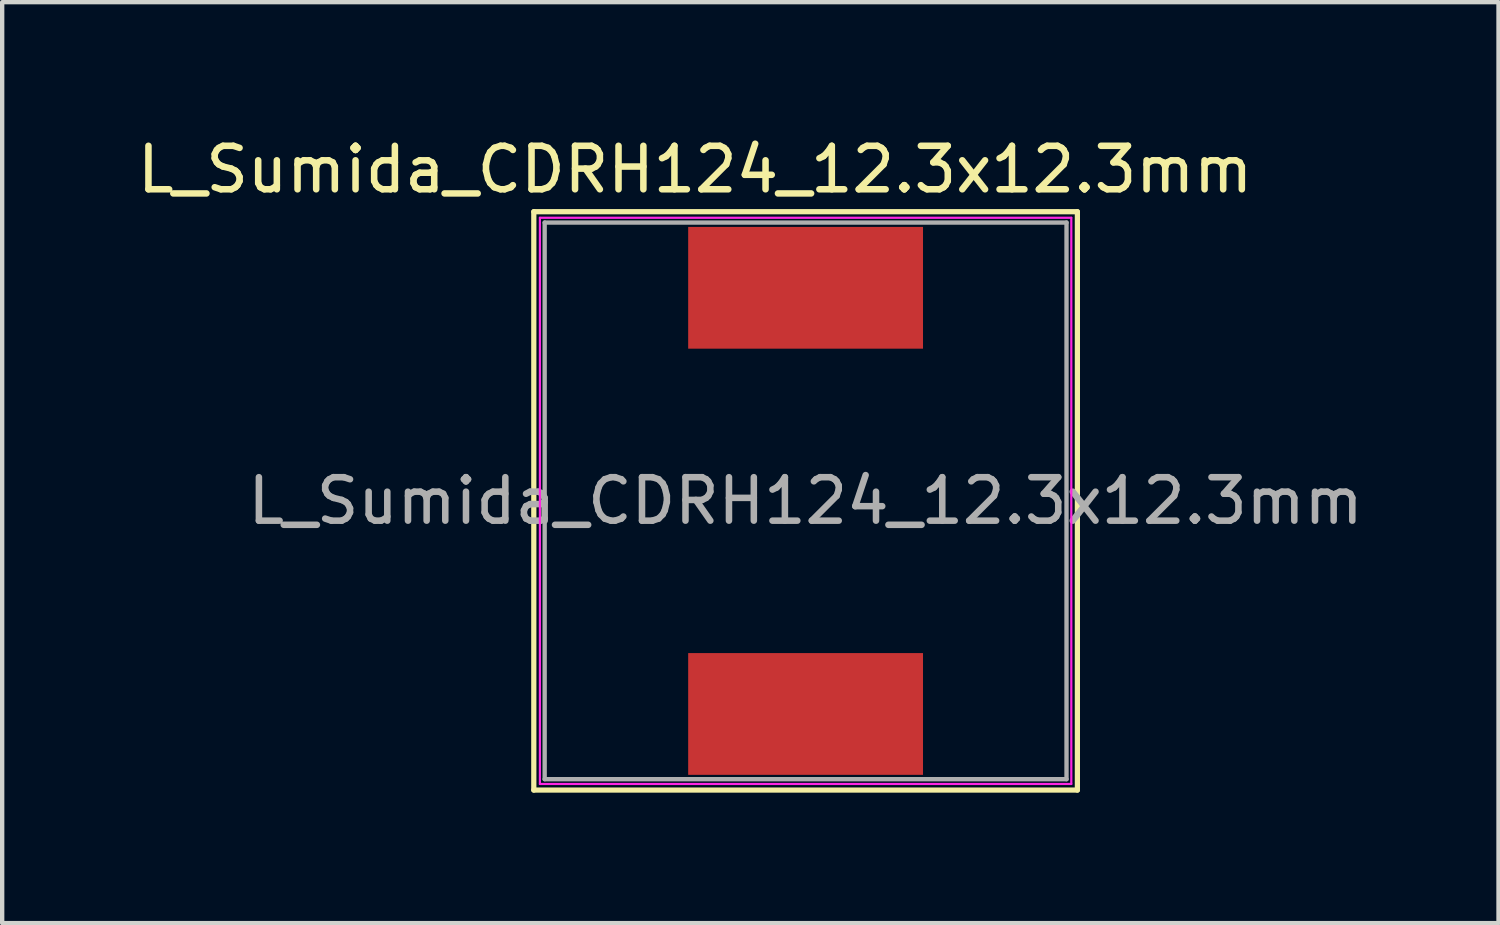
<source format=kicad_pcb>
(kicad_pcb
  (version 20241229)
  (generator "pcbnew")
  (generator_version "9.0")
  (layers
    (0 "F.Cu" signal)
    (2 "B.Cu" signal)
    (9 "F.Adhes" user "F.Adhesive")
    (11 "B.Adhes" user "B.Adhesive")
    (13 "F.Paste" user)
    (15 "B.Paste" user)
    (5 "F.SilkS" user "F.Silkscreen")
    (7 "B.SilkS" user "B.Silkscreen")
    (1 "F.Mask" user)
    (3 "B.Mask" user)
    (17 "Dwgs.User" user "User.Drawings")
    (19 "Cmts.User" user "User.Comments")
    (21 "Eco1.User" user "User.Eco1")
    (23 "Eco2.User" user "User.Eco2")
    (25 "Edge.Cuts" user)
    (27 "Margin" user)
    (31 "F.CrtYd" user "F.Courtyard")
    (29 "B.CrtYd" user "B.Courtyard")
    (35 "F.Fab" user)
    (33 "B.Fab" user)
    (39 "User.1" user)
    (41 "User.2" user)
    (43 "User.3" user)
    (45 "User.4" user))
  (footprint "L_Sumida_CDRH124_12.3x12.3mm"
    (layer "F.Cu")
    (at 15.475 8.468)
    (property "Reference" "L_Sumida_CDRH124_12.3x12.3mm" (at -2.54 -7.62 0) (layer "F.SilkS") (effects (font (size 1 1) (thickness 0.15))))
    (attr smd)
    (fp_line (start -6.25 -6.65) (end 6.25 -6.65) (stroke (width 0.12) (type solid)) (layer "F.SilkS"))
    (fp_line (start -6.25 6.65) (end -6.25 -6.65) (stroke (width 0.12) (type solid)) (layer "F.SilkS"))
    (fp_line (start 6.25 -6.65) (end 6.25 6.65) (stroke (width 0.12) (type solid)) (layer "F.SilkS"))
    (fp_line (start 6.25 6.65) (end -6.25 6.65) (stroke (width 0.12) (type solid)) (layer "F.SilkS"))
    (fp_line (start -6.11 -6.51) (end 6.11 -6.51) (stroke (width 0.05) (type solid)) (layer "F.CrtYd"))
    (fp_line (start -6.11 6.51) (end -6.11 -6.51) (stroke (width 0.05) (type solid)) (layer "F.CrtYd"))
    (fp_line (start 6.11 -6.51) (end 6.11 6.51) (stroke (width 0.05) (type solid)) (layer "F.CrtYd"))
    (fp_line (start 6.11 6.51) (end -6.11 6.51) (stroke (width 0.05) (type solid)) (layer "F.CrtYd"))
    (fp_line (start -6 -6.4) (end 6 -6.4) (stroke (width 0.1) (type solid)) (layer "F.Fab"))
    (fp_line (start -6 6.4) (end -6 -6.4) (stroke (width 0.1) (type solid)) (layer "F.Fab"))
    (fp_line (start 6 -6.4) (end 6 6.4) (stroke (width 0.1) (type solid)) (layer "F.Fab"))
    (fp_line (start 6 6.4) (end -6 6.4) (stroke (width 0.1) (type solid)) (layer "F.Fab"))
    (fp_text user "${REFERENCE}" (at 0 0 0) (layer "F.Fab") (effects (font (size 1 1) (thickness 0.15))))
    (pad "1" smd rect (at 0 -4.9 270) (size 2.8 5.4) (layers "F.Cu" "F.Mask" "F.Paste"))
    (pad "2" smd rect (at 0 4.9 270) (size 2.8 5.4) (layers "F.Cu" "F.Mask" "F.Paste")))
  (gr_rect
    (start -3 -3)
    (end 31.409 18.178)
    (stroke (width 0.1) (type default))
    (fill no)
    (layer "Edge.Cuts")))
</source>
